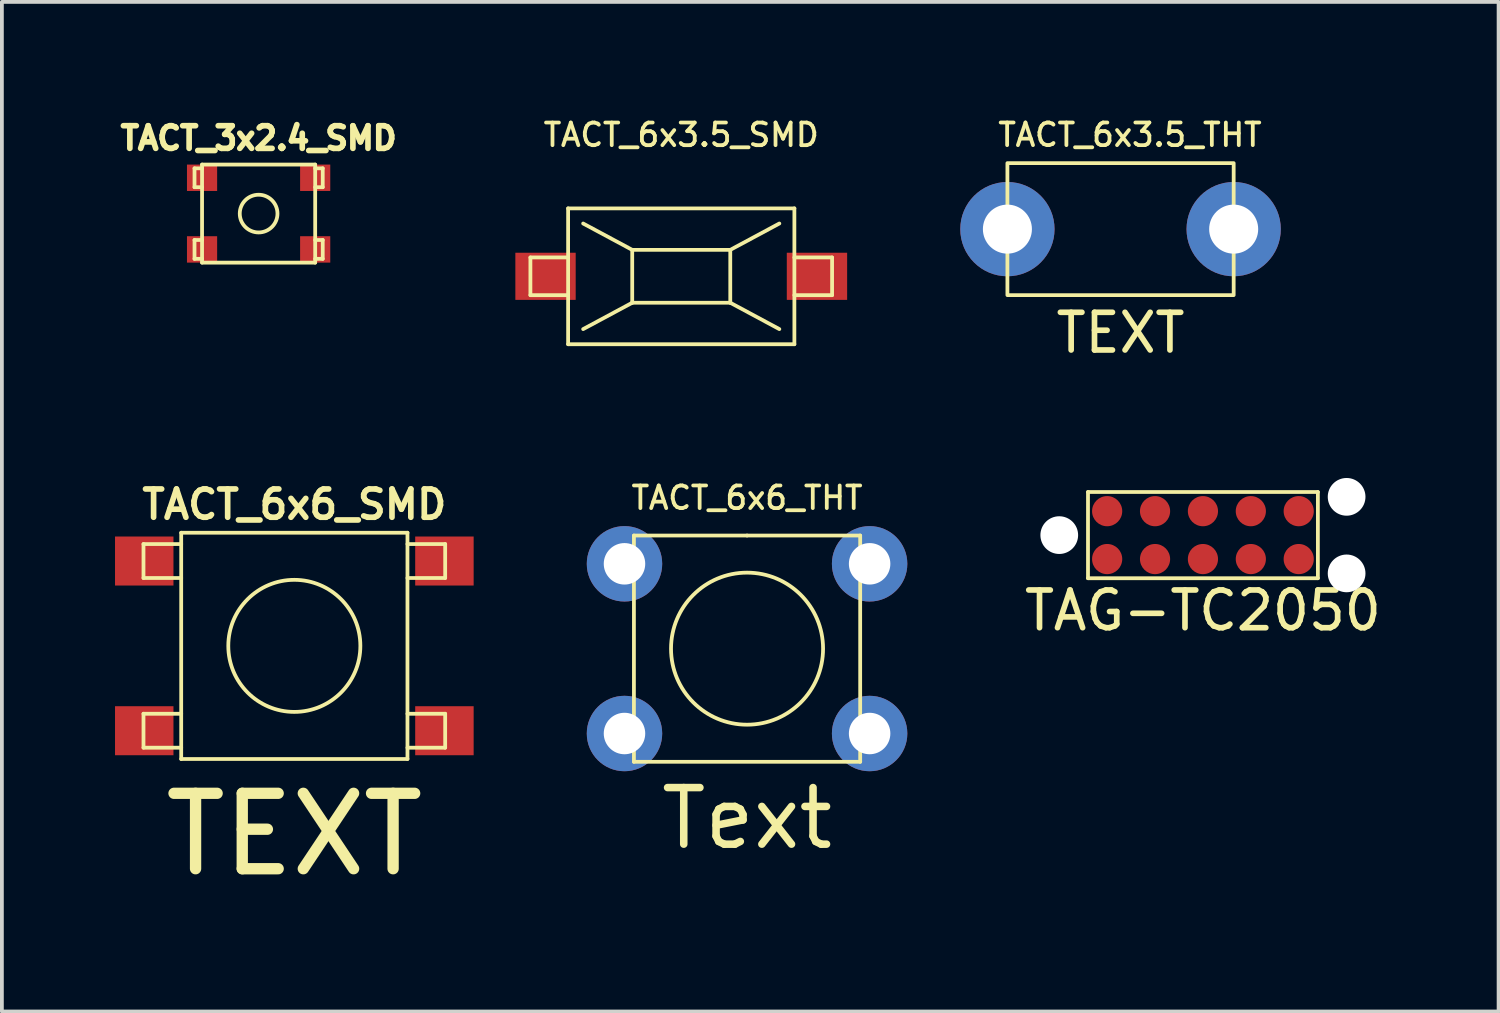
<source format=kicad_pcb>
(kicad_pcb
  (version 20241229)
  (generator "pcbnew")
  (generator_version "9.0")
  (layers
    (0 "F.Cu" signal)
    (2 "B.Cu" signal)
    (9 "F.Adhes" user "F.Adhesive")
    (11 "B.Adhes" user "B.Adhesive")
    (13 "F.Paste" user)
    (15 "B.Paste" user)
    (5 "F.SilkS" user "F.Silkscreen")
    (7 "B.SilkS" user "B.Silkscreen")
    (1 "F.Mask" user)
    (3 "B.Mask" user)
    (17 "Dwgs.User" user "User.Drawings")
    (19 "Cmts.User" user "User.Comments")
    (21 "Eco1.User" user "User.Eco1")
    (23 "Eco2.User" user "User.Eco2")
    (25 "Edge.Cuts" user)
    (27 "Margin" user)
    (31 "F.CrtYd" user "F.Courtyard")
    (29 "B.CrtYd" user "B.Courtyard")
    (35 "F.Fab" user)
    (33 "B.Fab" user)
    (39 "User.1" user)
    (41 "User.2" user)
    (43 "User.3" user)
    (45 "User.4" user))
  (footprint "TACT_6x3.5_THT"
    (layer "F.Cu")
    (at 26.664 3.026)
    (property "Reference" "TACT_6x3.5_THT" (at 0.25 -2.5 0) (unlocked yes) (layer "F.SilkS") (effects (font (size 0.6 0.6) (thickness 0.1))))
    (attr through_hole)
    (fp_rect (start -3 -1.75) (end 3 1.75) (stroke (width 0.1) (type solid)) (fill no) (layer "F.SilkS"))
    (fp_text user "TEXT" (at 0 2.75 0) (unlocked yes) (layer "F.SilkS") (effects (font (size 1 1) (thickness 0.15))))
    (pad "1" thru_hole circle (at 3 0) (size 2.5 2.5) (drill 1.3) (layers "*.Cu" "*.Mask"))
    (pad "2" thru_hole circle (at -3 0) (size 2.5 2.5) (drill 1.3) (layers "*.Cu" "*.Mask")))
  (footprint "TACT_6x6_SMD"
    (layer "F.Cu")
    (at 4.755 14.077)
    (property "Reference" "TACT_6x6_SMD" (at 0 -3.75 0) (layer "F.SilkS") (effects (font (size 0.75 0.75) (thickness 0.15))))
    (attr smd)
    (fp_line (start -4 -2.7) (end -4 -1.8) (stroke (width 0.1) (type solid)) (layer "F.SilkS"))
    (fp_line (start -4 1.8) (end -4 2.7) (stroke (width 0.1) (type solid)) (layer "F.SilkS"))
    (fp_line (start -3 -3) (end 3 -3) (stroke (width 0.1) (type solid)) (layer "F.SilkS"))
    (fp_line (start -3 -2.7) (end -4 -2.7) (stroke (width 0.1) (type solid)) (layer "F.SilkS"))
    (fp_line (start -3 -1.8) (end -4 -1.8) (stroke (width 0.1) (type solid)) (layer "F.SilkS"))
    (fp_line (start -3 1.8) (end -4 1.8) (stroke (width 0.1) (type solid)) (layer "F.SilkS"))
    (fp_line (start -3 2.7) (end -4 2.7) (stroke (width 0.1) (type solid)) (layer "F.SilkS"))
    (fp_line (start -3 3) (end -3 -3) (stroke (width 0.1) (type solid)) (layer "F.SilkS"))
    (fp_line (start 3 -3) (end 3 3) (stroke (width 0.1) (type solid)) (layer "F.SilkS"))
    (fp_line (start 3 -2.7) (end 4 -2.7) (stroke (width 0.1) (type solid)) (layer "F.SilkS"))
    (fp_line (start 3 2.7) (end 4 2.7) (stroke (width 0.1) (type solid)) (layer "F.SilkS"))
    (fp_line (start 3 3) (end -3 3) (stroke (width 0.1) (type solid)) (layer "F.SilkS"))
    (fp_line (start 4 -2.7) (end 4 -1.8) (stroke (width 0.1) (type solid)) (layer "F.SilkS"))
    (fp_line (start 4 -1.8) (end 3 -1.8) (stroke (width 0.1) (type solid)) (layer "F.SilkS"))
    (fp_line (start 4 1.8) (end 3 1.8) (stroke (width 0.1) (type solid)) (layer "F.SilkS"))
    (fp_line (start 4 2.7) (end 4 1.8) (stroke (width 0.1) (type solid)) (layer "F.SilkS"))
    (fp_circle (center 0 0) (end 1.751 0) (stroke (width 0.1) (type solid)) (fill no) (layer "F.SilkS"))
    (fp_text user "TEXT" (at 0 5 0) (unlocked yes) (layer "F.SilkS") (effects (font (size 2 2) (thickness 0.3))))
    (pad "1" smd rect (at -3.98 -2.25) (size 1.55 1.3) (layers "F.Cu" "F.Mask" "F.Paste"))
    (pad "1" smd rect (at 3.98 -2.25) (size 1.55 1.3) (layers "F.Cu" "F.Mask" "F.Paste"))
    (pad "2" smd rect (at -3.98 2.25) (size 1.55 1.3) (layers "F.Cu" "F.Mask" "F.Paste"))
    (pad "2" smd rect (at 3.98 2.25) (size 1.55 1.3) (layers "F.Cu" "F.Mask" "F.Paste")))
  (footprint "TACT_6x3.5_SMD"
    (layer "F.Cu")
    (at 15.015 4.277)
    (property "Reference" "TACT_6x3.5_SMD" (at 0 -3.75 0) (layer "F.SilkS") (effects (font (size 0.6 0.6) (thickness 0.1))))
    (attr smd)
    (fp_line (start -4 -0.5) (end -4 0.5) (stroke (width 0.1) (type solid)) (layer "F.SilkS"))
    (fp_line (start -4 0.5) (end -3 0.5) (stroke (width 0.1) (type solid)) (layer "F.SilkS"))
    (fp_line (start -3 -0.5) (end -4 -0.5) (stroke (width 0.1) (type solid)) (layer "F.SilkS"))
    (fp_line (start -3 -1.801) (end 3 -1.801) (stroke (width 0.1) (type solid)) (layer "F.SilkS"))
    (fp_line (start -3 1.801) (end -3 -1.801) (stroke (width 0.1) (type solid)) (layer "F.SilkS"))
    (fp_line (start -2.601 -1.4) (end -1.3 -0.701) (stroke (width 0.1) (type solid)) (layer "F.SilkS"))
    (fp_line (start -1.3 -0.701) (end 1.3 -0.701) (stroke (width 0.1) (type solid)) (layer "F.SilkS"))
    (fp_line (start -1.3 0.701) (end -2.601 1.4) (stroke (width 0.1) (type solid)) (layer "F.SilkS"))
    (fp_line (start -1.3 0.701) (end -1.3 -0.701) (stroke (width 0.1) (type solid)) (layer "F.SilkS"))
    (fp_line (start 1.3 -0.701) (end 1.3 0.701) (stroke (width 0.1) (type solid)) (layer "F.SilkS"))
    (fp_line (start 1.3 -0.701) (end 2.601 -1.4) (stroke (width 0.1) (type solid)) (layer "F.SilkS"))
    (fp_line (start 1.3 0.701) (end -1.3 0.701) (stroke (width 0.1) (type solid)) (layer "F.SilkS"))
    (fp_line (start 1.3 0.701) (end 2.601 1.4) (stroke (width 0.1) (type solid)) (layer "F.SilkS"))
    (fp_line (start 3 -1.801) (end 3 1.801) (stroke (width 0.1) (type solid)) (layer "F.SilkS"))
    (fp_line (start 3 1.801) (end -3 1.801) (stroke (width 0.1) (type solid)) (layer "F.SilkS"))
    (fp_line (start 3 -0.5) (end 4 -0.5) (stroke (width 0.1) (type solid)) (layer "F.SilkS"))
    (fp_line (start 4 -0.5) (end 4 0.5) (stroke (width 0.1) (type solid)) (layer "F.SilkS"))
    (fp_line (start 4 0.5) (end 3 0.5) (stroke (width 0.1) (type solid)) (layer "F.SilkS"))
    (pad "1" smd rect (at -3.599 0) (size 1.6 1.25) (layers "F.Cu" "F.Mask" "F.Paste"))
    (pad "2" smd rect (at 3.599 0) (size 1.6 1.25) (layers "F.Cu" "F.Mask" "F.Paste")))
  (footprint "TACT_6x6_THT"
    (layer "F.Cu")
    (at 16.76 14.151)
    (property "Reference" "TACT_6x6_THT" (at 0 -4 0) (layer "F.SilkS") (effects (font (size 0.6 0.6) (thickness 0.1))))
    (attr through_hole)
    (fp_line (start -3 -3) (end 0 -3) (stroke (width 0.1) (type solid)) (layer "F.SilkS"))
    (fp_line (start -3 3) (end -3 -3) (stroke (width 0.1) (type solid)) (layer "F.SilkS"))
    (fp_line (start 0 -3) (end 3 -3) (stroke (width 0.1) (type solid)) (layer "F.SilkS"))
    (fp_line (start 3 -3) (end 3 3) (stroke (width 0.1) (type solid)) (layer "F.SilkS"))
    (fp_line (start 3 3) (end -3 3) (stroke (width 0.1) (type solid)) (layer "F.SilkS"))
    (fp_circle (center 0 0) (end 2.016 0) (stroke (width 0.1) (type solid)) (fill no) (layer "F.SilkS"))
    (fp_text user "Text" (at 0 4.5 0) (layer "F.SilkS") (effects (font (size 1.5 1.5) (thickness 0.2))))
    (pad "1" thru_hole circle (at -3.25 -2.25 90) (size 2 2) (drill 1.1) (layers "*.Cu" "*.Mask"))
    (pad "1" thru_hole circle (at 3.25 -2.25 90) (size 2 2) (drill 1.1) (layers "*.Cu" "*.Mask"))
    (pad "2" thru_hole circle (at -3.25 2.25 90) (size 2 2) (drill 1.1) (layers "*.Cu" "*.Mask"))
    (pad "2" thru_hole circle (at 3.25 2.25 90) (size 2 2) (drill 1.1) (layers "*.Cu" "*.Mask")))
  (footprint "TACT_3x2.4_SMD"
    (layer "F.Cu")
    (at 3.808 2.614)
    (property "Reference" "TACT_3x2.4_SMD" (at 0 -2 0) (layer "F.SilkS") (effects (font (size 0.6 0.6) (thickness 0.15))))
    (attr smd)
    (fp_line (start -1.7 -1.2) (end -1.7 -0.7) (stroke (width 0.1) (type solid)) (layer "F.SilkS"))
    (fp_line (start -1.7 -0.7) (end -1.5 -0.7) (stroke (width 0.1) (type solid)) (layer "F.SilkS"))
    (fp_line (start -1.7 0.7) (end -1.5 0.7) (stroke (width 0.1) (type solid)) (layer "F.SilkS"))
    (fp_line (start -1.7 1.2) (end -1.7 0.7) (stroke (width 0.1) (type solid)) (layer "F.SilkS"))
    (fp_line (start -1.5 -1.3) (end -1.5 1.3) (stroke (width 0.1) (type solid)) (layer "F.SilkS"))
    (fp_line (start -1.5 -1.3) (end 1.5 -1.3) (stroke (width 0.1) (type solid)) (layer "F.SilkS"))
    (fp_line (start -1.5 -1.2) (end -1.7 -1.2) (stroke (width 0.1) (type solid)) (layer "F.SilkS"))
    (fp_line (start -1.5 1.2) (end -1.7 1.2) (stroke (width 0.1) (type solid)) (layer "F.SilkS"))
    (fp_line (start 1.5 -1.2) (end 1.7 -1.2) (stroke (width 0.1) (type solid)) (layer "F.SilkS"))
    (fp_line (start 1.5 1.2) (end 1.7 1.2) (stroke (width 0.1) (type solid)) (layer "F.SilkS"))
    (fp_line (start 1.5 1.3) (end -1.5 1.3) (stroke (width 0.1) (type solid)) (layer "F.SilkS"))
    (fp_line (start 1.5 1.3) (end 1.5 -1.3) (stroke (width 0.1) (type solid)) (layer "F.SilkS"))
    (fp_line (start 1.7 -1.2) (end 1.7 -0.7) (stroke (width 0.1) (type solid)) (layer "F.SilkS"))
    (fp_line (start 1.7 -0.7) (end 1.5 -0.7) (stroke (width 0.1) (type solid)) (layer "F.SilkS"))
    (fp_line (start 1.7 0.7) (end 1.5 0.7) (stroke (width 0.1) (type solid)) (layer "F.SilkS"))
    (fp_line (start 1.7 1.2) (end 1.7 0.7) (stroke (width 0.1) (type solid)) (layer "F.SilkS"))
    (fp_circle (center 0 0) (end 0.5 0) (stroke (width 0.1) (type solid)) (fill no) (layer "F.SilkS"))
    (pad "1" smd rect (at -1.5 0.95) (size 0.8 0.7) (layers "F.Cu" "F.Mask" "F.Paste"))
    (pad "1" smd rect (at 1.5 0.95) (size 0.8 0.7) (layers "F.Cu" "F.Mask" "F.Paste"))
    (pad "2" smd rect (at -1.5 -0.95) (size 0.8 0.7) (layers "F.Cu" "F.Mask" "F.Paste"))
    (pad "2" smd rect (at 1.5 -0.95) (size 0.8 0.7) (layers "F.Cu" "F.Mask" "F.Paste")))
  (footprint "TAG-TC2050"
    (layer "F.Cu")
    (at 28.849 11.14)
    (property "Reference" "TAG-TC2050" (at 0 2 0) (layer "F.SilkS") (effects (font (size 1 1) (thickness 0.15))))
    (attr through_hole)
    (fp_line (start -3.048 -1.143) (end 3.048 -1.143) (stroke (width 0.1) (type solid)) (layer "F.SilkS"))
    (fp_line (start -3.048 1.143) (end -3.048 -1.143) (stroke (width 0.1) (type solid)) (layer "F.SilkS"))
    (fp_line (start 3.048 -1.143) (end 3.048 1.143) (stroke (width 0.1) (type solid)) (layer "F.SilkS"))
    (fp_line (start 3.048 1.143) (end -3.048 1.143) (stroke (width 0.1) (type solid)) (layer "F.SilkS"))
    (pad "" np_thru_hole circle (at -3.81 0) (size 1 1) (drill 1) (layers "*.Cu" "*.Mask"))
    (pad "" np_thru_hole circle (at 3.81 -1.015) (size 1 1) (drill 1) (layers "*.Cu" "*.Mask"))
    (pad "" np_thru_hole circle (at 3.81 1.015) (size 1 1) (drill 1) (layers "*.Cu" "*.Mask"))
    (pad "1" smd circle (at -2.54 0.635) (size 0.8 0.8) (layers "F.Cu" "F.Mask"))
    (pad "2" smd circle (at -1.27 0.635) (size 0.8 0.8) (layers "F.Cu" "F.Mask"))
    (pad "3" smd circle (at 0 0.635) (size 0.8 0.8) (layers "F.Cu" "F.Mask"))
    (pad "4" smd circle (at 1.27 0.635) (size 0.8 0.8) (layers "F.Cu" "F.Mask"))
    (pad "5" smd circle (at 2.54 0.635) (size 0.8 0.8) (layers "F.Cu" "F.Mask"))
    (pad "6" smd circle (at 2.54 -0.635) (size 0.8 0.8) (layers "F.Cu" "F.Mask"))
    (pad "7" smd circle (at 1.27 -0.635) (size 0.8 0.8) (layers "F.Cu" "F.Mask"))
    (pad "8" smd circle (at 0 -0.635) (size 0.8 0.8) (layers "F.Cu" "F.Mask"))
    (pad "9" smd circle (at -1.27 -0.635) (size 0.8 0.8) (layers "F.Cu" "F.Mask"))
    (pad "10" smd circle (at -2.54 -0.635) (size 0.8 0.8) (layers "F.Cu" "F.Mask")))
  (gr_rect
    (start -3 -3)
    (end 36.689 23.773)
    (stroke (width 0.1) (type default))
    (fill no)
    (layer "Edge.Cuts")))
</source>
